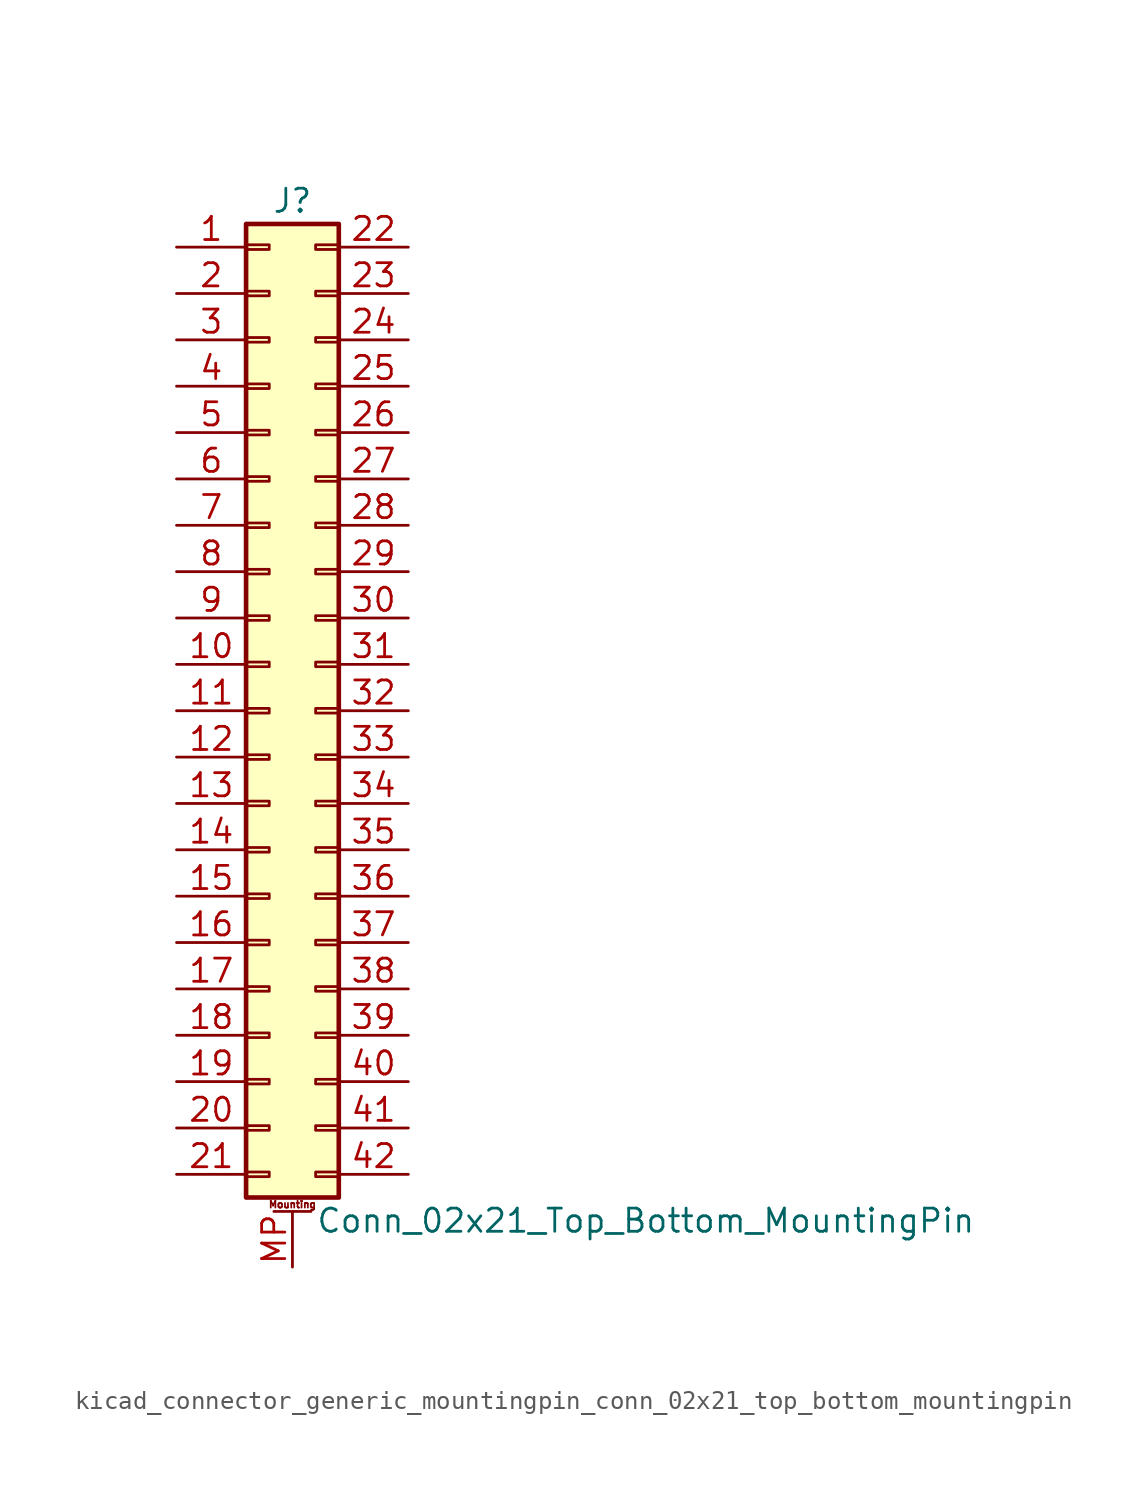
<source format=kicad_sym>
(kicad_symbol_lib
  (version 20220914)
  (generator kicad_symbol_editor)
  (symbol "kicad_connector_generic_mountingpin_conn_02x21_top_bottom_mountingpin"
    (pin_names
      (offset 1.016) hide)
    (property "Reference" "J"
      (at 1.27 27.94 0)
      (effects (font (size 1.27 1.27))))
    (property "Value" "Conn_02x21_Top_Bottom_MountingPin"
      (at 2.54 -27.94 0)
      (effects (font (size 1.27 1.27)) (justify left)))
    (symbol "kicad_connector_generic_mountingpin_conn_02x21_top_bottom_mountingpin_1_1"
      (rectangle (start -1.27 -25.273) (end 0 -25.527) (stroke (width 0.152) (type default)) (fill (type none)))
      (rectangle (start -1.27 -22.733) (end 0 -22.987) (stroke (width 0.152) (type default)) (fill (type none)))
      (rectangle (start -1.27 -20.193) (end 0 -20.447) (stroke (width 0.152) (type default)) (fill (type none)))
      (rectangle (start -1.27 -17.653) (end 0 -17.907) (stroke (width 0.152) (type default)) (fill (type none)))
      (rectangle (start -1.27 -15.113) (end 0 -15.367) (stroke (width 0.152) (type default)) (fill (type none)))
      (rectangle (start -1.27 -12.573) (end 0 -12.827) (stroke (width 0.152) (type default)) (fill (type none)))
      (rectangle (start -1.27 -10.033) (end 0 -10.287) (stroke (width 0.152) (type default)) (fill (type none)))
      (rectangle (start -1.27 -7.493) (end 0 -7.747) (stroke (width 0.152) (type default)) (fill (type none)))
      (rectangle (start -1.27 -4.953) (end 0 -5.207) (stroke (width 0.152) (type default)) (fill (type none)))
      (rectangle (start -1.27 -2.413) (end 0 -2.667) (stroke (width 0.152) (type default)) (fill (type none)))
      (rectangle (start -1.27 0.127) (end 0 -0.127) (stroke (width 0.152) (type default)) (fill (type none)))
      (rectangle (start -1.27 2.667) (end 0 2.413) (stroke (width 0.152) (type default)) (fill (type none)))
      (rectangle (start -1.27 5.207) (end 0 4.953) (stroke (width 0.152) (type default)) (fill (type none)))
      (rectangle (start -1.27 7.747) (end 0 7.493) (stroke (width 0.152) (type default)) (fill (type none)))
      (rectangle (start -1.27 10.287) (end 0 10.033) (stroke (width 0.152) (type default)) (fill (type none)))
      (rectangle (start -1.27 12.827) (end 0 12.573) (stroke (width 0.152) (type default)) (fill (type none)))
      (rectangle (start -1.27 15.367) (end 0 15.113) (stroke (width 0.152) (type default)) (fill (type none)))
      (rectangle (start -1.27 17.907) (end 0 17.653) (stroke (width 0.152) (type default)) (fill (type none)))
      (rectangle (start -1.27 20.447) (end 0 20.193) (stroke (width 0.152) (type default)) (fill (type none)))
      (rectangle (start -1.27 22.987) (end 0 22.733) (stroke (width 0.152) (type default)) (fill (type none)))
      (rectangle (start -1.27 25.527) (end 0 25.273) (stroke (width 0.152) (type default)) (fill (type none)))
      (rectangle (start -1.27 26.67) (end 3.81 -26.67) (stroke (width 0.254) (type default)) (fill (type background)))
      (polyline (pts (xy 0.254 -27.432) (xy 2.286 -27.432)) (stroke (width 0.152) (type default)) (fill (type none)))
      (rectangle (start 3.81 -25.273) (end 2.54 -25.527) (stroke (width 0.152) (type default)) (fill (type none)))
      (rectangle (start 3.81 -22.733) (end 2.54 -22.987) (stroke (width 0.152) (type default)) (fill (type none)))
      (rectangle (start 3.81 -20.193) (end 2.54 -20.447) (stroke (width 0.152) (type default)) (fill (type none)))
      (rectangle (start 3.81 -17.653) (end 2.54 -17.907) (stroke (width 0.152) (type default)) (fill (type none)))
      (rectangle (start 3.81 -15.113) (end 2.54 -15.367) (stroke (width 0.152) (type default)) (fill (type none)))
      (rectangle (start 3.81 -12.573) (end 2.54 -12.827) (stroke (width 0.152) (type default)) (fill (type none)))
      (rectangle (start 3.81 -10.033) (end 2.54 -10.287) (stroke (width 0.152) (type default)) (fill (type none)))
      (rectangle (start 3.81 -7.493) (end 2.54 -7.747) (stroke (width 0.152) (type default)) (fill (type none)))
      (rectangle (start 3.81 -4.953) (end 2.54 -5.207) (stroke (width 0.152) (type default)) (fill (type none)))
      (rectangle (start 3.81 -2.413) (end 2.54 -2.667) (stroke (width 0.152) (type default)) (fill (type none)))
      (rectangle (start 3.81 0.127) (end 2.54 -0.127) (stroke (width 0.152) (type default)) (fill (type none)))
      (rectangle (start 3.81 2.667) (end 2.54 2.413) (stroke (width 0.152) (type default)) (fill (type none)))
      (rectangle (start 3.81 5.207) (end 2.54 4.953) (stroke (width 0.152) (type default)) (fill (type none)))
      (rectangle (start 3.81 7.747) (end 2.54 7.493) (stroke (width 0.152) (type default)) (fill (type none)))
      (rectangle (start 3.81 10.287) (end 2.54 10.033) (stroke (width 0.152) (type default)) (fill (type none)))
      (rectangle (start 3.81 12.827) (end 2.54 12.573) (stroke (width 0.152) (type default)) (fill (type none)))
      (rectangle (start 3.81 15.367) (end 2.54 15.113) (stroke (width 0.152) (type default)) (fill (type none)))
      (rectangle (start 3.81 17.907) (end 2.54 17.653) (stroke (width 0.152) (type default)) (fill (type none)))
      (rectangle (start 3.81 20.447) (end 2.54 20.193) (stroke (width 0.152) (type default)) (fill (type none)))
      (rectangle (start 3.81 22.987) (end 2.54 22.733) (stroke (width 0.152) (type default)) (fill (type none)))
      (rectangle (start 3.81 25.527) (end 2.54 25.273) (stroke (width 0.152) (type default)) (fill (type none)))
      (text "Mounting" (at 1.27 -27.051 0) (effects (font (size 0.381 0.381))))
      (pin passive line (at -5.08 25.4 0) (length 3.81) (name "Pin_1" (effects (font (size 1.27 1.27)))) (number "1" (effects (font (size 1.27 1.27)))))
      (pin passive line (at -5.08 2.54 0) (length 3.81) (name "Pin_10" (effects (font (size 1.27 1.27)))) (number "10" (effects (font (size 1.27 1.27)))))
      (pin passive line (at -5.08 0 0) (length 3.81) (name "Pin_11" (effects (font (size 1.27 1.27)))) (number "11" (effects (font (size 1.27 1.27)))))
      (pin passive line (at -5.08 -2.54 0) (length 3.81) (name "Pin_12" (effects (font (size 1.27 1.27)))) (number "12" (effects (font (size 1.27 1.27)))))
      (pin passive line (at -5.08 -5.08 0) (length 3.81) (name "Pin_13" (effects (font (size 1.27 1.27)))) (number "13" (effects (font (size 1.27 1.27)))))
      (pin passive line (at -5.08 -7.62 0) (length 3.81) (name "Pin_14" (effects (font (size 1.27 1.27)))) (number "14" (effects (font (size 1.27 1.27)))))
      (pin passive line (at -5.08 -10.16 0) (length 3.81) (name "Pin_15" (effects (font (size 1.27 1.27)))) (number "15" (effects (font (size 1.27 1.27)))))
      (pin passive line (at -5.08 -12.7 0) (length 3.81) (name "Pin_16" (effects (font (size 1.27 1.27)))) (number "16" (effects (font (size 1.27 1.27)))))
      (pin passive line (at -5.08 -15.24 0) (length 3.81) (name "Pin_17" (effects (font (size 1.27 1.27)))) (number "17" (effects (font (size 1.27 1.27)))))
      (pin passive line (at -5.08 -17.78 0) (length 3.81) (name "Pin_18" (effects (font (size 1.27 1.27)))) (number "18" (effects (font (size 1.27 1.27)))))
      (pin passive line (at -5.08 -20.32 0) (length 3.81) (name "Pin_19" (effects (font (size 1.27 1.27)))) (number "19" (effects (font (size 1.27 1.27)))))
      (pin passive line (at -5.08 22.86 0) (length 3.81) (name "Pin_2" (effects (font (size 1.27 1.27)))) (number "2" (effects (font (size 1.27 1.27)))))
      (pin passive line (at -5.08 -22.86 0) (length 3.81) (name "Pin_20" (effects (font (size 1.27 1.27)))) (number "20" (effects (font (size 1.27 1.27)))))
      (pin passive line (at -5.08 -25.4 0) (length 3.81) (name "Pin_21" (effects (font (size 1.27 1.27)))) (number "21" (effects (font (size 1.27 1.27)))))
      (pin passive line (at 7.62 25.4 180) (length 3.81) (name "Pin_22" (effects (font (size 1.27 1.27)))) (number "22" (effects (font (size 1.27 1.27)))))
      (pin passive line (at 7.62 22.86 180) (length 3.81) (name "Pin_23" (effects (font (size 1.27 1.27)))) (number "23" (effects (font (size 1.27 1.27)))))
      (pin passive line (at 7.62 20.32 180) (length 3.81) (name "Pin_24" (effects (font (size 1.27 1.27)))) (number "24" (effects (font (size 1.27 1.27)))))
      (pin passive line (at 7.62 17.78 180) (length 3.81) (name "Pin_25" (effects (font (size 1.27 1.27)))) (number "25" (effects (font (size 1.27 1.27)))))
      (pin passive line (at 7.62 15.24 180) (length 3.81) (name "Pin_26" (effects (font (size 1.27 1.27)))) (number "26" (effects (font (size 1.27 1.27)))))
      (pin passive line (at 7.62 12.7 180) (length 3.81) (name "Pin_27" (effects (font (size 1.27 1.27)))) (number "27" (effects (font (size 1.27 1.27)))))
      (pin passive line (at 7.62 10.16 180) (length 3.81) (name "Pin_28" (effects (font (size 1.27 1.27)))) (number "28" (effects (font (size 1.27 1.27)))))
      (pin passive line (at 7.62 7.62 180) (length 3.81) (name "Pin_29" (effects (font (size 1.27 1.27)))) (number "29" (effects (font (size 1.27 1.27)))))
      (pin passive line (at -5.08 20.32 0) (length 3.81) (name "Pin_3" (effects (font (size 1.27 1.27)))) (number "3" (effects (font (size 1.27 1.27)))))
      (pin passive line (at 7.62 5.08 180) (length 3.81) (name "Pin_30" (effects (font (size 1.27 1.27)))) (number "30" (effects (font (size 1.27 1.27)))))
      (pin passive line (at 7.62 2.54 180) (length 3.81) (name "Pin_31" (effects (font (size 1.27 1.27)))) (number "31" (effects (font (size 1.27 1.27)))))
      (pin passive line (at 7.62 0 180) (length 3.81) (name "Pin_32" (effects (font (size 1.27 1.27)))) (number "32" (effects (font (size 1.27 1.27)))))
      (pin passive line (at 7.62 -2.54 180) (length 3.81) (name "Pin_33" (effects (font (size 1.27 1.27)))) (number "33" (effects (font (size 1.27 1.27)))))
      (pin passive line (at 7.62 -5.08 180) (length 3.81) (name "Pin_34" (effects (font (size 1.27 1.27)))) (number "34" (effects (font (size 1.27 1.27)))))
      (pin passive line (at 7.62 -7.62 180) (length 3.81) (name "Pin_35" (effects (font (size 1.27 1.27)))) (number "35" (effects (font (size 1.27 1.27)))))
      (pin passive line (at 7.62 -10.16 180) (length 3.81) (name "Pin_36" (effects (font (size 1.27 1.27)))) (number "36" (effects (font (size 1.27 1.27)))))
      (pin passive line (at 7.62 -12.7 180) (length 3.81) (name "Pin_37" (effects (font (size 1.27 1.27)))) (number "37" (effects (font (size 1.27 1.27)))))
      (pin passive line (at 7.62 -15.24 180) (length 3.81) (name "Pin_38" (effects (font (size 1.27 1.27)))) (number "38" (effects (font (size 1.27 1.27)))))
      (pin passive line (at 7.62 -17.78 180) (length 3.81) (name "Pin_39" (effects (font (size 1.27 1.27)))) (number "39" (effects (font (size 1.27 1.27)))))
      (pin passive line (at -5.08 17.78 0) (length 3.81) (name "Pin_4" (effects (font (size 1.27 1.27)))) (number "4" (effects (font (size 1.27 1.27)))))
      (pin passive line (at 7.62 -20.32 180) (length 3.81) (name "Pin_40" (effects (font (size 1.27 1.27)))) (number "40" (effects (font (size 1.27 1.27)))))
      (pin passive line (at 7.62 -22.86 180) (length 3.81) (name "Pin_41" (effects (font (size 1.27 1.27)))) (number "41" (effects (font (size 1.27 1.27)))))
      (pin passive line (at 7.62 -25.4 180) (length 3.81) (name "Pin_42" (effects (font (size 1.27 1.27)))) (number "42" (effects (font (size 1.27 1.27)))))
      (pin passive line (at -5.08 15.24 0) (length 3.81) (name "Pin_5" (effects (font (size 1.27 1.27)))) (number "5" (effects (font (size 1.27 1.27)))))
      (pin passive line (at -5.08 12.7 0) (length 3.81) (name "Pin_6" (effects (font (size 1.27 1.27)))) (number "6" (effects (font (size 1.27 1.27)))))
      (pin passive line (at -5.08 10.16 0) (length 3.81) (name "Pin_7" (effects (font (size 1.27 1.27)))) (number "7" (effects (font (size 1.27 1.27)))))
      (pin passive line (at -5.08 7.62 0) (length 3.81) (name "Pin_8" (effects (font (size 1.27 1.27)))) (number "8" (effects (font (size 1.27 1.27)))))
      (pin passive line (at -5.08 5.08 0) (length 3.81) (name "Pin_9" (effects (font (size 1.27 1.27)))) (number "9" (effects (font (size 1.27 1.27)))))
      (pin passive line (at 1.27 -30.48 90) (length 3.048) (name "MountPin" (effects (font (size 1.27 1.27)))) (number "MP" (effects (font (size 1.27 1.27))))))))
</source>
